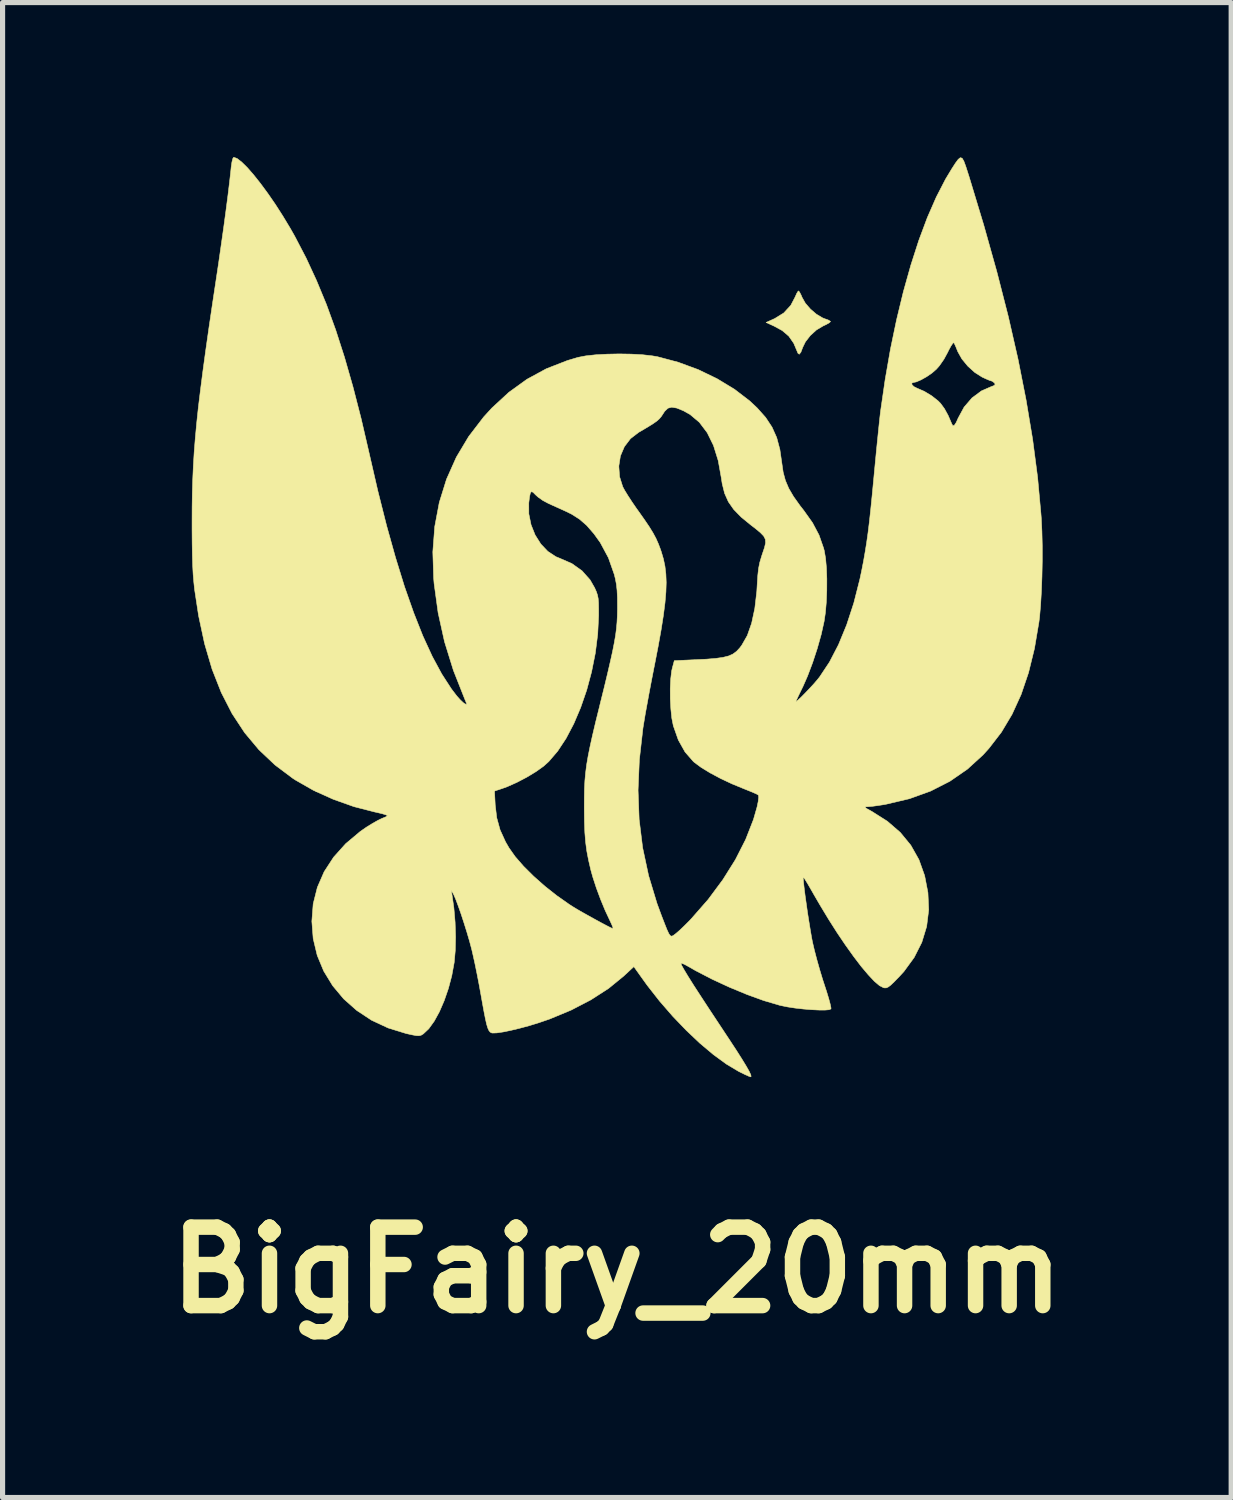
<source format=kicad_pcb>
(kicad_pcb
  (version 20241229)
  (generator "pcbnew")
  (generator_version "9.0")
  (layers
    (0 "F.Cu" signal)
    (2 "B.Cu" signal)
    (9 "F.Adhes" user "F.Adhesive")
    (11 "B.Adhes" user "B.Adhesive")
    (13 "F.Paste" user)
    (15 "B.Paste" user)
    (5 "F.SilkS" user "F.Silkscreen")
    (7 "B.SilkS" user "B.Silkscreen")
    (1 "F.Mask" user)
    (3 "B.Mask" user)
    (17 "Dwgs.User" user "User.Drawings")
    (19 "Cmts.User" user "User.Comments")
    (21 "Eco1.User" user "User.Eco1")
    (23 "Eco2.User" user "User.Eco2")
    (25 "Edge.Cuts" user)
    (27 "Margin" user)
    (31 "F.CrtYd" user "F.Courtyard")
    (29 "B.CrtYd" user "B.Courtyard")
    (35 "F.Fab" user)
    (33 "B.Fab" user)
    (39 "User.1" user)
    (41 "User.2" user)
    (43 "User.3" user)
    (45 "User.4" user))
  (footprint "BigFairy_20mm"
    (layer "F.Cu")
    (at 8.934 8.923)
    (property "Reference" "BigFairy_20mm" (at 0 12.7 0) (layer "F.SilkS") (effects (font (size 1.524 1.524) (thickness 0.3))))
    (attr through_hole)
    (fp_poly (pts (xy 3.549 -6.298) (xy 3.58 -6.237) (xy 3.597 -6.196) (xy 3.66 -6.084) (xy 3.759 -5.969) (xy 3.876 -5.869) (xy 3.995 -5.798) (xy 4.038 -5.781) (xy 4.107 -5.756) (xy 4.146 -5.732) (xy 4.149 -5.725) (xy 4.125 -5.703) (xy 4.064 -5.668) (xy 4.006 -5.641) (xy 3.877 -5.564) (xy 3.757 -5.455) (xy 3.661 -5.331) (xy 3.61 -5.226) (xy 3.574 -5.131) (xy 3.543 -5.092) (xy 3.518 -5.109) (xy 3.511 -5.125) (xy 3.435 -5.305) (xy 3.339 -5.443) (xy 3.211 -5.552) (xy 3.051 -5.639) (xy 2.898 -5.709) (xy 3.066 -5.785) (xy 3.242 -5.894) (xy 3.378 -6.042) (xy 3.461 -6.201) (xy 3.493 -6.273) (xy 3.52 -6.316) (xy 3.528 -6.322) (xy 3.549 -6.298)) (stroke (width 0.01) (type solid)) (fill yes) (layer "F.SilkS"))
    (fp_poly (pts (xy -7.378 -8.894) (xy -7.29 -8.826) (xy -7.181 -8.719) (xy -7.058 -8.578) (xy -6.923 -8.408) (xy -6.78 -8.214) (xy -6.634 -8.002) (xy -6.489 -7.776) (xy -6.348 -7.542) (xy -6.256 -7.38) (xy -6.038 -6.962) (xy -5.835 -6.523) (xy -5.643 -6.059) (xy -5.463 -5.564) (xy -5.292 -5.033) (xy -5.128 -4.461) (xy -4.969 -3.843) (xy -4.814 -3.174) (xy -4.812 -3.165) (xy -4.644 -2.435) (xy -4.474 -1.761) (xy -4.301 -1.143) (xy -4.127 -0.58) (xy -3.949 -0.073) (xy -3.77 0.38) (xy -3.587 0.778) (xy -3.402 1.121) (xy -3.214 1.411) (xy -3.11 1.547) (xy -3.045 1.62) (xy -2.985 1.677) (xy -2.958 1.696) (xy -2.926 1.711) (xy -2.919 1.699) (xy -2.937 1.652) (xy -2.952 1.617) (xy -3.176 1.05) (xy -3.349 0.492) (xy -3.473 -0.068) (xy -3.551 -0.637) (xy -3.56 -0.744) (xy -3.576 -1.252) (xy -3.539 -1.742) (xy -3.45 -2.214) (xy -3.31 -2.664) (xy -3.197 -2.917) (xy 0.037 -2.917) (xy 0.052 -2.712) (xy 0.113 -2.518) (xy 0.151 -2.447) (xy 0.215 -2.343) (xy 0.295 -2.22) (xy 0.385 -2.089) (xy 0.405 -2.062) (xy 0.53 -1.885) (xy 0.627 -1.742) (xy 0.701 -1.622) (xy 0.759 -1.514) (xy 0.806 -1.408) (xy 0.849 -1.294) (xy 0.862 -1.255) (xy 0.903 -1.117) (xy 0.933 -0.976) (xy 0.951 -0.825) (xy 0.958 -0.659) (xy 0.952 -0.473) (xy 0.934 -0.262) (xy 0.903 -0.019) (xy 0.859 0.261) (xy 0.801 0.584) (xy 0.729 0.955) (xy 0.717 1.014) (xy 0.673 1.24) (xy 0.629 1.471) (xy 0.588 1.695) (xy 0.551 1.897) (xy 0.523 2.067) (xy 0.506 2.171) (xy 0.436 2.788) (xy 0.411 3.377) (xy 0.432 3.945) (xy 0.5 4.496) (xy 0.616 5.039) (xy 0.779 5.578) (xy 0.863 5.806) (xy 0.926 5.969) (xy 0.972 6.085) (xy 1.007 6.161) (xy 1.035 6.202) (xy 1.062 6.214) (xy 1.091 6.203) (xy 1.129 6.175) (xy 1.154 6.155) (xy 1.222 6.096) (xy 1.312 6.01) (xy 1.41 5.912) (xy 1.449 5.87) (xy 1.773 5.5) (xy 2.058 5.116) (xy 2.303 4.725) (xy 2.502 4.333) (xy 2.653 3.946) (xy 2.723 3.702) (xy 2.745 3.596) (xy 2.754 3.515) (xy 2.749 3.473) (xy 2.748 3.472) (xy 2.713 3.452) (xy 2.637 3.418) (xy 2.533 3.376) (xy 2.461 3.347) (xy 2.233 3.253) (xy 2.012 3.149) (xy 1.81 3.041) (xy 1.638 2.936) (xy 1.507 2.839) (xy 1.485 2.82) (xy 1.323 2.634) (xy 1.193 2.402) (xy 1.096 2.126) (xy 1.067 1.981) (xy 1.048 1.801) (xy 1.037 1.603) (xy 1.036 1.403) (xy 1.045 1.218) (xy 1.063 1.063) (xy 1.077 1.002) (xy 1.115 0.861) (xy 1.51 0.843) (xy 1.739 0.832) (xy 1.92 0.817) (xy 2.061 0.797) (xy 2.169 0.77) (xy 2.254 0.732) (xy 2.323 0.681) (xy 2.385 0.615) (xy 2.425 0.562) (xy 2.533 0.373) (xy 2.617 0.134) (xy 2.679 -0.155) (xy 2.718 -0.49) (xy 2.726 -0.628) (xy 2.737 -0.798) (xy 2.752 -0.932) (xy 2.776 -1.05) (xy 2.812 -1.171) (xy 2.828 -1.22) (xy 2.868 -1.338) (xy 2.888 -1.426) (xy 2.884 -1.496) (xy 2.851 -1.56) (xy 2.785 -1.628) (xy 2.682 -1.713) (xy 2.602 -1.774) (xy 2.413 -1.929) (xy 2.269 -2.077) (xy 2.165 -2.226) (xy 2.092 -2.39) (xy 2.045 -2.578) (xy 2.029 -2.685) (xy 1.968 -3.025) (xy 1.876 -3.32) (xy 1.754 -3.568) (xy 1.602 -3.769) (xy 1.42 -3.922) (xy 1.293 -3.993) (xy 1.163 -4.046) (xy 1.065 -4.063) (xy 0.991 -4.043) (xy 0.928 -3.983) (xy 0.897 -3.935) (xy 0.862 -3.882) (xy 0.823 -3.836) (xy 0.772 -3.791) (xy 0.699 -3.74) (xy 0.596 -3.676) (xy 0.454 -3.592) (xy 0.423 -3.575) (xy 0.264 -3.452) (xy 0.145 -3.296) (xy 0.068 -3.115) (xy 0.037 -2.917) (xy -3.197 -2.917) (xy -3.119 -3.092) (xy -2.878 -3.495) (xy -2.588 -3.873) (xy -2.43 -4.046) (xy -2.1 -4.351) (xy -1.748 -4.605) (xy -1.371 -4.81) (xy -0.963 -4.969) (xy -0.755 -5.031) (xy -0.604 -5.06) (xy -0.412 -5.081) (xy -0.191 -5.093) (xy 0.043 -5.098) (xy 0.278 -5.094) (xy 0.498 -5.082) (xy 0.69 -5.06) (xy 0.79 -5.043) (xy 1.191 -4.936) (xy 1.58 -4.793) (xy 1.946 -4.616) (xy 2.283 -4.412) (xy 2.579 -4.185) (xy 2.724 -4.049) (xy 2.889 -3.864) (xy 3.013 -3.676) (xy 3.104 -3.473) (xy 3.166 -3.241) (xy 3.204 -2.977) (xy 3.23 -2.798) (xy 3.273 -2.639) (xy 3.338 -2.486) (xy 3.431 -2.327) (xy 3.558 -2.149) (xy 3.63 -2.057) (xy 3.8 -1.818) (xy 3.926 -1.58) (xy 4.014 -1.328) (xy 4.028 -1.276) (xy 4.053 -1.131) (xy 4.07 -0.944) (xy 4.078 -0.73) (xy 4.077 -0.503) (xy 4.068 -0.278) (xy 4.05 -0.07) (xy 4.025 0.099) (xy 3.969 0.351) (xy 3.892 0.625) (xy 3.801 0.902) (xy 3.703 1.161) (xy 3.618 1.355) (xy 3.563 1.468) (xy 3.517 1.564) (xy 3.487 1.629) (xy 3.477 1.651) (xy 3.484 1.654) (xy 3.522 1.623) (xy 3.582 1.567) (xy 3.656 1.492) (xy 3.737 1.407) (xy 3.817 1.321) (xy 3.887 1.24) (xy 3.937 1.178) (xy 4.129 0.889) (xy 4.305 0.55) (xy 4.463 0.166) (xy 4.602 -0.259) (xy 4.719 -0.719) (xy 4.755 -0.889) (xy 4.791 -1.073) (xy 4.822 -1.251) (xy 4.851 -1.431) (xy 4.878 -1.622) (xy 4.904 -1.833) (xy 4.93 -2.072) (xy 4.958 -2.349) (xy 4.989 -2.671) (xy 4.996 -2.747) (xy 5.019 -2.987) (xy 5.042 -3.226) (xy 5.065 -3.453) (xy 5.086 -3.658) (xy 5.104 -3.831) (xy 5.119 -3.962) (xy 5.123 -3.993) (xy 5.201 -4.531) (xy 5.728 -4.531) (xy 5.733 -4.499) (xy 5.77 -4.462) (xy 5.832 -4.431) (xy 5.835 -4.43) (xy 5.971 -4.371) (xy 6.113 -4.285) (xy 6.239 -4.186) (xy 6.288 -4.136) (xy 6.362 -4.035) (xy 6.434 -3.904) (xy 6.493 -3.768) (xy 6.501 -3.747) (xy 6.525 -3.704) (xy 6.554 -3.71) (xy 6.591 -3.766) (xy 6.629 -3.851) (xy 6.745 -4.065) (xy 6.898 -4.243) (xy 7.081 -4.379) (xy 7.261 -4.458) (xy 7.328 -4.484) (xy 7.348 -4.508) (xy 7.336 -4.532) (xy 7.294 -4.566) (xy 7.276 -4.572) (xy 7.238 -4.584) (xy 7.167 -4.614) (xy 7.094 -4.648) (xy 6.952 -4.738) (xy 6.816 -4.861) (xy 6.701 -5.001) (xy 6.623 -5.14) (xy 6.616 -5.157) (xy 6.583 -5.239) (xy 6.555 -5.3) (xy 6.545 -5.316) (xy 6.525 -5.304) (xy 6.489 -5.25) (xy 6.443 -5.166) (xy 6.428 -5.133) (xy 6.353 -4.995) (xy 6.265 -4.868) (xy 6.206 -4.801) (xy 6.12 -4.726) (xy 6.015 -4.654) (xy 5.908 -4.594) (xy 5.815 -4.554) (xy 5.764 -4.544) (xy 5.728 -4.531) (xy 5.201 -4.531) (xy 5.211 -4.6) (xy 5.314 -5.191) (xy 5.433 -5.762) (xy 5.565 -6.307) (xy 5.71 -6.823) (xy 5.865 -7.304) (xy 6.03 -7.746) (xy 6.204 -8.144) (xy 6.384 -8.493) (xy 6.504 -8.692) (xy 6.576 -8.804) (xy 6.63 -8.877) (xy 6.671 -8.91) (xy 6.706 -8.9) (xy 6.739 -8.845) (xy 6.777 -8.742) (xy 6.826 -8.589) (xy 6.84 -8.546) (xy 7.127 -7.598) (xy 7.381 -6.692) (xy 7.603 -5.825) (xy 7.792 -4.996) (xy 7.949 -4.201) (xy 8.076 -3.438) (xy 8.172 -2.704) (xy 8.237 -1.996) (xy 8.244 -1.905) (xy 8.256 -1.654) (xy 8.263 -1.373) (xy 8.263 -1.075) (xy 8.257 -0.773) (xy 8.246 -0.481) (xy 8.23 -0.212) (xy 8.21 0.02) (xy 8.198 0.113) (xy 8.111 0.627) (xy 7.996 1.095) (xy 7.852 1.519) (xy 7.676 1.904) (xy 7.469 2.251) (xy 7.227 2.565) (xy 7.111 2.693) (xy 6.807 2.97) (xy 6.468 3.204) (xy 6.093 3.395) (xy 5.682 3.543) (xy 5.233 3.649) (xy 5.197 3.656) (xy 5.075 3.675) (xy 4.965 3.69) (xy 4.885 3.697) (xy 4.872 3.698) (xy 4.829 3.7) (xy 4.821 3.71) (xy 4.85 3.733) (xy 4.924 3.774) (xy 4.953 3.79) (xy 5.253 3.98) (xy 5.505 4.198) (xy 5.709 4.446) (xy 5.867 4.726) (xy 5.978 5.037) (xy 6.042 5.368) (xy 6.057 5.702) (xy 6.017 6.025) (xy 5.923 6.333) (xy 5.775 6.626) (xy 5.576 6.899) (xy 5.487 6.996) (xy 5.388 7.098) (xy 5.318 7.165) (xy 5.268 7.202) (xy 5.23 7.218) (xy 5.193 7.217) (xy 5.177 7.213) (xy 5.101 7.174) (xy 5.001 7.089) (xy 4.883 6.963) (xy 4.747 6.802) (xy 4.599 6.608) (xy 4.441 6.387) (xy 4.277 6.144) (xy 4.111 5.883) (xy 3.945 5.608) (xy 3.839 5.426) (xy 3.766 5.298) (xy 3.703 5.19) (xy 3.654 5.11) (xy 3.626 5.068) (xy 3.62 5.063) (xy 3.619 5.095) (xy 3.626 5.173) (xy 3.639 5.288) (xy 3.657 5.431) (xy 3.68 5.592) (xy 3.704 5.762) (xy 3.731 5.932) (xy 3.757 6.092) (xy 3.781 6.233) (xy 3.798 6.322) (xy 3.834 6.477) (xy 3.883 6.665) (xy 3.94 6.867) (xy 3.999 7.062) (xy 4.023 7.135) (xy 4.073 7.288) (xy 4.114 7.423) (xy 4.143 7.531) (xy 4.158 7.602) (xy 4.159 7.626) (xy 4.121 7.642) (xy 4.037 7.649) (xy 3.919 7.648) (xy 3.777 7.641) (xy 3.621 7.628) (xy 3.463 7.61) (xy 3.313 7.587) (xy 3.181 7.56) (xy 3.153 7.553) (xy 2.852 7.464) (xy 2.524 7.345) (xy 2.184 7.204) (xy 1.847 7.048) (xy 1.529 6.883) (xy 1.39 6.803) (xy 1.313 6.761) (xy 1.259 6.739) (xy 1.242 6.74) (xy 1.258 6.781) (xy 1.306 6.867) (xy 1.385 6.998) (xy 1.495 7.173) (xy 1.636 7.39) (xy 1.806 7.65) (xy 2.005 7.951) (xy 2.005 7.951) (xy 2.177 8.211) (xy 2.318 8.426) (xy 2.429 8.601) (xy 2.512 8.737) (xy 2.569 8.838) (xy 2.6 8.904) (xy 2.607 8.939) (xy 2.598 8.946) (xy 2.562 8.934) (xy 2.49 8.902) (xy 2.395 8.855) (xy 2.359 8.837) (xy 2.127 8.698) (xy 1.876 8.515) (xy 1.614 8.295) (xy 1.348 8.043) (xy 1.083 7.767) (xy 0.828 7.473) (xy 0.589 7.168) (xy 0.514 7.064) (xy 0.329 6.805) (xy 0.131 6.989) (xy -0.163 7.229) (xy -0.506 7.45) (xy -0.889 7.649) (xy -1.308 7.823) (xy -1.524 7.897) (xy -1.707 7.953) (xy -1.889 8.002) (xy -2.06 8.043) (xy -2.211 8.074) (xy -2.333 8.092) (xy -2.414 8.095) (xy -2.437 8.091) (xy -2.463 8.076) (xy -2.486 8.047) (xy -2.508 7.999) (xy -2.531 7.924) (xy -2.555 7.817) (xy -2.584 7.67) (xy -2.619 7.477) (xy -2.64 7.359) (xy -2.676 7.159) (xy -2.716 6.953) (xy -2.756 6.756) (xy -2.794 6.584) (xy -2.821 6.467) (xy -2.863 6.31) (xy -2.914 6.136) (xy -2.97 5.957) (xy -3.027 5.783) (xy -3.082 5.627) (xy -3.13 5.499) (xy -3.168 5.41) (xy -3.178 5.392) (xy -3.219 5.32) (xy -3.204 5.405) (xy -3.167 5.663) (xy -3.143 5.944) (xy -3.134 6.227) (xy -3.14 6.494) (xy -3.161 6.726) (xy -3.162 6.731) (xy -3.208 6.983) (xy -3.274 7.231) (xy -3.355 7.466) (xy -3.448 7.681) (xy -3.549 7.865) (xy -3.654 8.011) (xy -3.759 8.11) (xy -3.768 8.116) (xy -3.805 8.138) (xy -3.844 8.147) (xy -3.898 8.145) (xy -3.982 8.129) (xy -4.095 8.104) (xy -4.445 7.996) (xy -4.766 7.846) (xy -5.054 7.656) (xy -5.308 7.431) (xy -5.522 7.175) (xy -5.695 6.892) (xy -5.822 6.586) (xy -5.9 6.26) (xy -5.926 5.924) (xy -5.9 5.586) (xy -5.819 5.264) (xy -5.687 4.961) (xy -5.503 4.678) (xy -5.269 4.417) (xy -4.987 4.18) (xy -4.862 4.093) (xy -4.753 4.026) (xy -4.651 3.968) (xy -4.572 3.929) (xy -4.553 3.921) (xy -4.491 3.896) (xy -4.46 3.873) (xy -4.459 3.871) (xy -4.485 3.857) (xy -4.553 3.836) (xy -4.652 3.812) (xy -4.703 3.801) (xy -5.108 3.697) (xy -5.51 3.554) (xy -5.864 3.394) (xy -2.378 3.394) (xy -2.364 3.665) (xy -2.334 3.915) (xy -2.27 4.147) (xy -2.164 4.38) (xy -2.096 4.498) (xy -1.976 4.668) (xy -1.814 4.854) (xy -1.619 5.048) (xy -1.4 5.242) (xy -1.166 5.427) (xy -0.927 5.595) (xy -0.86 5.638) (xy -0.778 5.688) (xy -0.671 5.75) (xy -0.549 5.818) (xy -0.423 5.888) (xy -0.302 5.954) (xy -0.198 6.009) (xy -0.121 6.048) (xy -0.08 6.066) (xy -0.077 6.067) (xy -0.078 6.044) (xy -0.101 5.985) (xy -0.14 5.901) (xy -0.143 5.895) (xy -0.229 5.711) (xy -0.317 5.498) (xy -0.399 5.277) (xy -0.467 5.069) (xy -0.506 4.93) (xy -0.551 4.736) (xy -0.585 4.559) (xy -0.608 4.385) (xy -0.623 4.198) (xy -0.631 3.985) (xy -0.634 3.731) (xy -0.634 3.711) (xy -0.633 3.52) (xy -0.63 3.35) (xy -0.622 3.193) (xy -0.608 3.04) (xy -0.588 2.883) (xy -0.559 2.714) (xy -0.521 2.525) (xy -0.473 2.308) (xy -0.413 2.054) (xy -0.339 1.756) (xy -0.324 1.693) (xy -0.245 1.375) (xy -0.18 1.104) (xy -0.127 0.875) (xy -0.084 0.681) (xy -0.051 0.514) (xy -0.026 0.369) (xy -0.009 0.238) (xy 0.002 0.115) (xy 0.008 -0.006) (xy 0.011 -0.133) (xy 0.011 -0.183) (xy 0.01 -0.364) (xy 0.003 -0.505) (xy -0.01 -0.623) (xy -0.031 -0.733) (xy -0.051 -0.814) (xy -0.165 -1.138) (xy -0.324 -1.434) (xy -0.447 -1.605) (xy -0.587 -1.766) (xy -0.726 -1.887) (xy -0.88 -1.985) (xy -0.988 -2.038) (xy -1.113 -2.095) (xy -1.247 -2.155) (xy -1.336 -2.196) (xy -1.439 -2.251) (xy -1.532 -2.317) (xy -1.581 -2.361) (xy -1.628 -2.409) (xy -1.659 -2.423) (xy -1.681 -2.397) (xy -1.697 -2.325) (xy -1.712 -2.203) (xy -1.712 -2.203) (xy -1.711 -1.99) (xy -1.668 -1.779) (xy -1.589 -1.581) (xy -1.478 -1.405) (xy -1.341 -1.261) (xy -1.184 -1.158) (xy -1.108 -1.127) (xy -0.876 -1.026) (xy -0.679 -0.886) (xy -0.522 -0.71) (xy -0.434 -0.557) (xy -0.4 -0.481) (xy -0.378 -0.416) (xy -0.364 -0.347) (xy -0.357 -0.261) (xy -0.355 -0.144) (xy -0.355 -0.014) (xy -0.373 0.347) (xy -0.419 0.713) (xy -0.492 1.078) (xy -0.587 1.433) (xy -0.704 1.772) (xy -0.838 2.087) (xy -0.988 2.372) (xy -1.151 2.619) (xy -1.324 2.821) (xy -1.424 2.911) (xy -1.571 3.016) (xy -1.751 3.125) (xy -1.944 3.226) (xy -2.13 3.309) (xy -2.226 3.344) (xy -2.378 3.394) (xy -5.864 3.394) (xy -5.895 3.38) (xy -6.245 3.18) (xy -6.293 3.149) (xy -6.641 2.888) (xy -6.954 2.592) (xy -7.232 2.26) (xy -7.476 1.889) (xy -7.686 1.479) (xy -7.864 1.027) (xy -8.01 0.531) (xy -8.126 -0.01) (xy -8.204 -0.522) (xy -8.219 -0.664) (xy -8.232 -0.816) (xy -8.241 -0.986) (xy -8.247 -1.183) (xy -8.251 -1.415) (xy -8.253 -1.692) (xy -8.253 -1.834) (xy -8.252 -2.119) (xy -8.248 -2.391) (xy -8.24 -2.656) (xy -8.228 -2.92) (xy -8.212 -3.188) (xy -8.19 -3.465) (xy -8.163 -3.756) (xy -8.13 -4.067) (xy -8.089 -4.403) (xy -8.042 -4.769) (xy -7.987 -5.171) (xy -7.924 -5.614) (xy -7.852 -6.102) (xy -7.789 -6.519) (xy -7.736 -6.872) (xy -7.686 -7.222) (xy -7.638 -7.56) (xy -7.595 -7.879) (xy -7.557 -8.171) (xy -7.526 -8.427) (xy -7.502 -8.639) (xy -7.493 -8.728) (xy -7.479 -8.824) (xy -7.462 -8.892) (xy -7.444 -8.918) (xy -7.444 -8.918) (xy -7.378 -8.894)) (stroke (width 0.01) (type solid)) (fill yes) (layer "F.SilkS")))
  (gr_rect
    (start -3 -3)
    (end 20.867 26.041)
    (stroke (width 0.1) (type default))
    (fill no)
    (layer "Edge.Cuts")))
</source>
